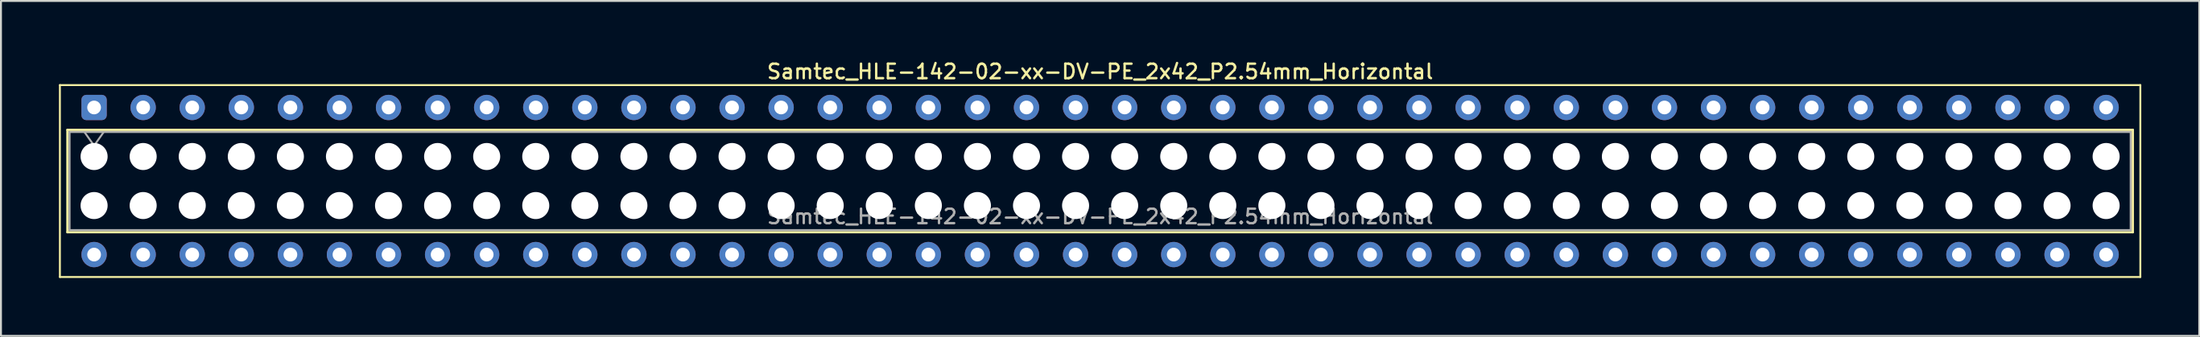
<source format=kicad_pcb>
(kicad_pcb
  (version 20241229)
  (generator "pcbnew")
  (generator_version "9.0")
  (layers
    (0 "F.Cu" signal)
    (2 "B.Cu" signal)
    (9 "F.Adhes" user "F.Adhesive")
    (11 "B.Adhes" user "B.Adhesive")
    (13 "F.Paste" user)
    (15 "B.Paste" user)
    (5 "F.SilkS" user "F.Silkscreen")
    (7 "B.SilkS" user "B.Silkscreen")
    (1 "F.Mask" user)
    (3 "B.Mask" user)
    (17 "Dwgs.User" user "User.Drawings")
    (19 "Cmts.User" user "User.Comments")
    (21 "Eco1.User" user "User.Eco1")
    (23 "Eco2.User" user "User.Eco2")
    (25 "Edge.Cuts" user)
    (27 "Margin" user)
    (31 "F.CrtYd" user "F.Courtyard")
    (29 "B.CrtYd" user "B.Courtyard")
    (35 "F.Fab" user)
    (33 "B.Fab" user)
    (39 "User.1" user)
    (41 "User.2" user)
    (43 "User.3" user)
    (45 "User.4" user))
  (footprint "Samtec_HLE-142-02-xx-DV-PE_2x42_P2.54mm_Horizontal"
    (layer "F.Cu")
    (at 1.82 2.518)
    (property "Reference" "Samtec_HLE-142-02-xx-DV-PE_2x42_P2.54mm_Horizontal" (at 52.07 -1.86 0) (layer "F.SilkS") (effects (font (size 0.75 0.75) (thickness 0.125))))
    (attr through_hole)
    (fp_line (start -1.77 -1.16) (end 105.91 -1.16) (stroke (width 0.1) (type solid)) (layer "F.SilkS"))
    (fp_line (start -1.77 8.78) (end -1.77 -1.16) (stroke (width 0.1) (type solid)) (layer "F.SilkS"))
    (fp_line (start -1.38 1.16) (end 105.52 1.16) (stroke (width 0.12) (type solid)) (layer "F.SilkS"))
    (fp_line (start -1.38 6.46) (end -1.38 1.16) (stroke (width 0.12) (type solid)) (layer "F.SilkS"))
    (fp_line (start 105.52 1.16) (end 105.52 6.46) (stroke (width 0.12) (type solid)) (layer "F.SilkS"))
    (fp_line (start 105.52 6.46) (end -1.38 6.46) (stroke (width 0.12) (type solid)) (layer "F.SilkS"))
    (fp_line (start 105.91 -1.16) (end 105.91 8.78) (stroke (width 0.1) (type solid)) (layer "F.SilkS"))
    (fp_line (start 105.91 8.78) (end -1.77 8.78) (stroke (width 0.1) (type solid)) (layer "F.SilkS"))
    (fp_line (start -1.27 1.27) (end 105.41 1.27) (stroke (width 0.1) (type solid)) (layer "F.Fab"))
    (fp_line (start -1.27 6.35) (end -1.27 1.27) (stroke (width 0.1) (type solid)) (layer "F.Fab"))
    (fp_line (start -0.5 1.27) (end 0 1.977) (stroke (width 0.1) (type solid)) (layer "F.Fab"))
    (fp_line (start 0 1.977) (end 0.5 1.27) (stroke (width 0.1) (type solid)) (layer "F.Fab"))
    (fp_line (start 105.41 1.27) (end 105.41 6.35) (stroke (width 0.1) (type solid)) (layer "F.Fab"))
    (fp_line (start 105.41 6.35) (end -1.27 6.35) (stroke (width 0.1) (type solid)) (layer "F.Fab"))
    (fp_text user "${REFERENCE}" (at 52.07 5.65 0) (layer "F.Fab") (effects (font (size 0.75 0.75) (thickness 0.125))))
    (pad "" np_thru_hole circle (at 0 2.54) (size 1.4 1.4) (drill 1.4) (layers "*.Cu" "*.Mask"))
    (pad "" np_thru_hole circle (at 0 5.08) (size 1.4 1.4) (drill 1.4) (layers "*.Cu" "*.Mask"))
    (pad "" np_thru_hole circle (at 2.54 2.54) (size 1.4 1.4) (drill 1.4) (layers "*.Cu" "*.Mask"))
    (pad "" np_thru_hole circle (at 2.54 5.08) (size 1.4 1.4) (drill 1.4) (layers "*.Cu" "*.Mask"))
    (pad "" np_thru_hole circle (at 5.08 2.54) (size 1.4 1.4) (drill 1.4) (layers "*.Cu" "*.Mask"))
    (pad "" np_thru_hole circle (at 5.08 5.08) (size 1.4 1.4) (drill 1.4) (layers "*.Cu" "*.Mask"))
    (pad "" np_thru_hole circle (at 7.62 2.54) (size 1.4 1.4) (drill 1.4) (layers "*.Cu" "*.Mask"))
    (pad "" np_thru_hole circle (at 7.62 5.08) (size 1.4 1.4) (drill 1.4) (layers "*.Cu" "*.Mask"))
    (pad "" np_thru_hole circle (at 10.16 2.54) (size 1.4 1.4) (drill 1.4) (layers "*.Cu" "*.Mask"))
    (pad "" np_thru_hole circle (at 10.16 5.08) (size 1.4 1.4) (drill 1.4) (layers "*.Cu" "*.Mask"))
    (pad "" np_thru_hole circle (at 12.7 2.54) (size 1.4 1.4) (drill 1.4) (layers "*.Cu" "*.Mask"))
    (pad "" np_thru_hole circle (at 12.7 5.08) (size 1.4 1.4) (drill 1.4) (layers "*.Cu" "*.Mask"))
    (pad "" np_thru_hole circle (at 15.24 2.54) (size 1.4 1.4) (drill 1.4) (layers "*.Cu" "*.Mask"))
    (pad "" np_thru_hole circle (at 15.24 5.08) (size 1.4 1.4) (drill 1.4) (layers "*.Cu" "*.Mask"))
    (pad "" np_thru_hole circle (at 17.78 2.54) (size 1.4 1.4) (drill 1.4) (layers "*.Cu" "*.Mask"))
    (pad "" np_thru_hole circle (at 17.78 5.08) (size 1.4 1.4) (drill 1.4) (layers "*.Cu" "*.Mask"))
    (pad "" np_thru_hole circle (at 20.32 2.54) (size 1.4 1.4) (drill 1.4) (layers "*.Cu" "*.Mask"))
    (pad "" np_thru_hole circle (at 20.32 5.08) (size 1.4 1.4) (drill 1.4) (layers "*.Cu" "*.Mask"))
    (pad "" np_thru_hole circle (at 22.86 2.54) (size 1.4 1.4) (drill 1.4) (layers "*.Cu" "*.Mask"))
    (pad "" np_thru_hole circle (at 22.86 5.08) (size 1.4 1.4) (drill 1.4) (layers "*.Cu" "*.Mask"))
    (pad "" np_thru_hole circle (at 25.4 2.54) (size 1.4 1.4) (drill 1.4) (layers "*.Cu" "*.Mask"))
    (pad "" np_thru_hole circle (at 25.4 5.08) (size 1.4 1.4) (drill 1.4) (layers "*.Cu" "*.Mask"))
    (pad "" np_thru_hole circle (at 27.94 2.54) (size 1.4 1.4) (drill 1.4) (layers "*.Cu" "*.Mask"))
    (pad "" np_thru_hole circle (at 27.94 5.08) (size 1.4 1.4) (drill 1.4) (layers "*.Cu" "*.Mask"))
    (pad "" np_thru_hole circle (at 30.48 2.54) (size 1.4 1.4) (drill 1.4) (layers "*.Cu" "*.Mask"))
    (pad "" np_thru_hole circle (at 30.48 5.08) (size 1.4 1.4) (drill 1.4) (layers "*.Cu" "*.Mask"))
    (pad "" np_thru_hole circle (at 33.02 2.54) (size 1.4 1.4) (drill 1.4) (layers "*.Cu" "*.Mask"))
    (pad "" np_thru_hole circle (at 33.02 5.08) (size 1.4 1.4) (drill 1.4) (layers "*.Cu" "*.Mask"))
    (pad "" np_thru_hole circle (at 35.56 2.54) (size 1.4 1.4) (drill 1.4) (layers "*.Cu" "*.Mask"))
    (pad "" np_thru_hole circle (at 35.56 5.08) (size 1.4 1.4) (drill 1.4) (layers "*.Cu" "*.Mask"))
    (pad "" np_thru_hole circle (at 38.1 2.54) (size 1.4 1.4) (drill 1.4) (layers "*.Cu" "*.Mask"))
    (pad "" np_thru_hole circle (at 38.1 5.08) (size 1.4 1.4) (drill 1.4) (layers "*.Cu" "*.Mask"))
    (pad "" np_thru_hole circle (at 40.64 2.54) (size 1.4 1.4) (drill 1.4) (layers "*.Cu" "*.Mask"))
    (pad "" np_thru_hole circle (at 40.64 5.08) (size 1.4 1.4) (drill 1.4) (layers "*.Cu" "*.Mask"))
    (pad "" np_thru_hole circle (at 43.18 2.54) (size 1.4 1.4) (drill 1.4) (layers "*.Cu" "*.Mask"))
    (pad "" np_thru_hole circle (at 43.18 5.08) (size 1.4 1.4) (drill 1.4) (layers "*.Cu" "*.Mask"))
    (pad "" np_thru_hole circle (at 45.72 2.54) (size 1.4 1.4) (drill 1.4) (layers "*.Cu" "*.Mask"))
    (pad "" np_thru_hole circle (at 45.72 5.08) (size 1.4 1.4) (drill 1.4) (layers "*.Cu" "*.Mask"))
    (pad "" np_thru_hole circle (at 48.26 2.54) (size 1.4 1.4) (drill 1.4) (layers "*.Cu" "*.Mask"))
    (pad "" np_thru_hole circle (at 48.26 5.08) (size 1.4 1.4) (drill 1.4) (layers "*.Cu" "*.Mask"))
    (pad "" np_thru_hole circle (at 50.8 2.54) (size 1.4 1.4) (drill 1.4) (layers "*.Cu" "*.Mask"))
    (pad "" np_thru_hole circle (at 50.8 5.08) (size 1.4 1.4) (drill 1.4) (layers "*.Cu" "*.Mask"))
    (pad "" np_thru_hole circle (at 53.34 2.54) (size 1.4 1.4) (drill 1.4) (layers "*.Cu" "*.Mask"))
    (pad "" np_thru_hole circle (at 53.34 5.08) (size 1.4 1.4) (drill 1.4) (layers "*.Cu" "*.Mask"))
    (pad "" np_thru_hole circle (at 55.88 2.54) (size 1.4 1.4) (drill 1.4) (layers "*.Cu" "*.Mask"))
    (pad "" np_thru_hole circle (at 55.88 5.08) (size 1.4 1.4) (drill 1.4) (layers "*.Cu" "*.Mask"))
    (pad "" np_thru_hole circle (at 58.42 2.54) (size 1.4 1.4) (drill 1.4) (layers "*.Cu" "*.Mask"))
    (pad "" np_thru_hole circle (at 58.42 5.08) (size 1.4 1.4) (drill 1.4) (layers "*.Cu" "*.Mask"))
    (pad "" np_thru_hole circle (at 60.96 2.54) (size 1.4 1.4) (drill 1.4) (layers "*.Cu" "*.Mask"))
    (pad "" np_thru_hole circle (at 60.96 5.08) (size 1.4 1.4) (drill 1.4) (layers "*.Cu" "*.Mask"))
    (pad "" np_thru_hole circle (at 63.5 2.54) (size 1.4 1.4) (drill 1.4) (layers "*.Cu" "*.Mask"))
    (pad "" np_thru_hole circle (at 63.5 5.08) (size 1.4 1.4) (drill 1.4) (layers "*.Cu" "*.Mask"))
    (pad "" np_thru_hole circle (at 66.04 2.54) (size 1.4 1.4) (drill 1.4) (layers "*.Cu" "*.Mask"))
    (pad "" np_thru_hole circle (at 66.04 5.08) (size 1.4 1.4) (drill 1.4) (layers "*.Cu" "*.Mask"))
    (pad "" np_thru_hole circle (at 68.58 2.54) (size 1.4 1.4) (drill 1.4) (layers "*.Cu" "*.Mask"))
    (pad "" np_thru_hole circle (at 68.58 5.08) (size 1.4 1.4) (drill 1.4) (layers "*.Cu" "*.Mask"))
    (pad "" np_thru_hole circle (at 71.12 2.54) (size 1.4 1.4) (drill 1.4) (layers "*.Cu" "*.Mask"))
    (pad "" np_thru_hole circle (at 71.12 5.08) (size 1.4 1.4) (drill 1.4) (layers "*.Cu" "*.Mask"))
    (pad "" np_thru_hole circle (at 73.66 2.54) (size 1.4 1.4) (drill 1.4) (layers "*.Cu" "*.Mask"))
    (pad "" np_thru_hole circle (at 73.66 5.08) (size 1.4 1.4) (drill 1.4) (layers "*.Cu" "*.Mask"))
    (pad "" np_thru_hole circle (at 76.2 2.54) (size 1.4 1.4) (drill 1.4) (layers "*.Cu" "*.Mask"))
    (pad "" np_thru_hole circle (at 76.2 5.08) (size 1.4 1.4) (drill 1.4) (layers "*.Cu" "*.Mask"))
    (pad "" np_thru_hole circle (at 78.74 2.54) (size 1.4 1.4) (drill 1.4) (layers "*.Cu" "*.Mask"))
    (pad "" np_thru_hole circle (at 78.74 5.08) (size 1.4 1.4) (drill 1.4) (layers "*.Cu" "*.Mask"))
    (pad "" np_thru_hole circle (at 81.28 2.54) (size 1.4 1.4) (drill 1.4) (layers "*.Cu" "*.Mask"))
    (pad "" np_thru_hole circle (at 81.28 5.08) (size 1.4 1.4) (drill 1.4) (layers "*.Cu" "*.Mask"))
    (pad "" np_thru_hole circle (at 83.82 2.54) (size 1.4 1.4) (drill 1.4) (layers "*.Cu" "*.Mask"))
    (pad "" np_thru_hole circle (at 83.82 5.08) (size 1.4 1.4) (drill 1.4) (layers "*.Cu" "*.Mask"))
    (pad "" np_thru_hole circle (at 86.36 2.54) (size 1.4 1.4) (drill 1.4) (layers "*.Cu" "*.Mask"))
    (pad "" np_thru_hole circle (at 86.36 5.08) (size 1.4 1.4) (drill 1.4) (layers "*.Cu" "*.Mask"))
    (pad "" np_thru_hole circle (at 88.9 2.54) (size 1.4 1.4) (drill 1.4) (layers "*.Cu" "*.Mask"))
    (pad "" np_thru_hole circle (at 88.9 5.08) (size 1.4 1.4) (drill 1.4) (layers "*.Cu" "*.Mask"))
    (pad "" np_thru_hole circle (at 91.44 2.54) (size 1.4 1.4) (drill 1.4) (layers "*.Cu" "*.Mask"))
    (pad "" np_thru_hole circle (at 91.44 5.08) (size 1.4 1.4) (drill 1.4) (layers "*.Cu" "*.Mask"))
    (pad "" np_thru_hole circle (at 93.98 2.54) (size 1.4 1.4) (drill 1.4) (layers "*.Cu" "*.Mask"))
    (pad "" np_thru_hole circle (at 93.98 5.08) (size 1.4 1.4) (drill 1.4) (layers "*.Cu" "*.Mask"))
    (pad "" np_thru_hole circle (at 96.52 2.54) (size 1.4 1.4) (drill 1.4) (layers "*.Cu" "*.Mask"))
    (pad "" np_thru_hole circle (at 96.52 5.08) (size 1.4 1.4) (drill 1.4) (layers "*.Cu" "*.Mask"))
    (pad "" np_thru_hole circle (at 99.06 2.54) (size 1.4 1.4) (drill 1.4) (layers "*.Cu" "*.Mask"))
    (pad "" np_thru_hole circle (at 99.06 5.08) (size 1.4 1.4) (drill 1.4) (layers "*.Cu" "*.Mask"))
    (pad "" np_thru_hole circle (at 101.6 2.54) (size 1.4 1.4) (drill 1.4) (layers "*.Cu" "*.Mask"))
    (pad "" np_thru_hole circle (at 101.6 5.08) (size 1.4 1.4) (drill 1.4) (layers "*.Cu" "*.Mask"))
    (pad "" np_thru_hole circle (at 104.14 2.54) (size 1.4 1.4) (drill 1.4) (layers "*.Cu" "*.Mask"))
    (pad "" np_thru_hole circle (at 104.14 5.08) (size 1.4 1.4) (drill 1.4) (layers "*.Cu" "*.Mask"))
    (pad "1" thru_hole roundrect (at 0 0) (size 1.31 1.31) (drill 0.71) (layers "*.Cu" "*.Mask") (roundrect_rratio 0.191))
    (pad "2" thru_hole circle (at 0 7.62) (size 1.31 1.31) (drill 0.71) (layers "*.Cu" "*.Mask"))
    (pad "3" thru_hole circle (at 2.54 0) (size 1.31 1.31) (drill 0.71) (layers "*.Cu" "*.Mask"))
    (pad "4" thru_hole circle (at 2.54 7.62) (size 1.31 1.31) (drill 0.71) (layers "*.Cu" "*.Mask"))
    (pad "5" thru_hole circle (at 5.08 0) (size 1.31 1.31) (drill 0.71) (layers "*.Cu" "*.Mask"))
    (pad "6" thru_hole circle (at 5.08 7.62) (size 1.31 1.31) (drill 0.71) (layers "*.Cu" "*.Mask"))
    (pad "7" thru_hole circle (at 7.62 0) (size 1.31 1.31) (drill 0.71) (layers "*.Cu" "*.Mask"))
    (pad "8" thru_hole circle (at 7.62 7.62) (size 1.31 1.31) (drill 0.71) (layers "*.Cu" "*.Mask"))
    (pad "9" thru_hole circle (at 10.16 0) (size 1.31 1.31) (drill 0.71) (layers "*.Cu" "*.Mask"))
    (pad "10" thru_hole circle (at 10.16 7.62) (size 1.31 1.31) (drill 0.71) (layers "*.Cu" "*.Mask"))
    (pad "11" thru_hole circle (at 12.7 0) (size 1.31 1.31) (drill 0.71) (layers "*.Cu" "*.Mask"))
    (pad "12" thru_hole circle (at 12.7 7.62) (size 1.31 1.31) (drill 0.71) (layers "*.Cu" "*.Mask"))
    (pad "13" thru_hole circle (at 15.24 0) (size 1.31 1.31) (drill 0.71) (layers "*.Cu" "*.Mask"))
    (pad "14" thru_hole circle (at 15.24 7.62) (size 1.31 1.31) (drill 0.71) (layers "*.Cu" "*.Mask"))
    (pad "15" thru_hole circle (at 17.78 0) (size 1.31 1.31) (drill 0.71) (layers "*.Cu" "*.Mask"))
    (pad "16" thru_hole circle (at 17.78 7.62) (size 1.31 1.31) (drill 0.71) (layers "*.Cu" "*.Mask"))
    (pad "17" thru_hole circle (at 20.32 0) (size 1.31 1.31) (drill 0.71) (layers "*.Cu" "*.Mask"))
    (pad "18" thru_hole circle (at 20.32 7.62) (size 1.31 1.31) (drill 0.71) (layers "*.Cu" "*.Mask"))
    (pad "19" thru_hole circle (at 22.86 0) (size 1.31 1.31) (drill 0.71) (layers "*.Cu" "*.Mask"))
    (pad "20" thru_hole circle (at 22.86 7.62) (size 1.31 1.31) (drill 0.71) (layers "*.Cu" "*.Mask"))
    (pad "21" thru_hole circle (at 25.4 0) (size 1.31 1.31) (drill 0.71) (layers "*.Cu" "*.Mask"))
    (pad "22" thru_hole circle (at 25.4 7.62) (size 1.31 1.31) (drill 0.71) (layers "*.Cu" "*.Mask"))
    (pad "23" thru_hole circle (at 27.94 0) (size 1.31 1.31) (drill 0.71) (layers "*.Cu" "*.Mask"))
    (pad "24" thru_hole circle (at 27.94 7.62) (size 1.31 1.31) (drill 0.71) (layers "*.Cu" "*.Mask"))
    (pad "25" thru_hole circle (at 30.48 0) (size 1.31 1.31) (drill 0.71) (layers "*.Cu" "*.Mask"))
    (pad "26" thru_hole circle (at 30.48 7.62) (size 1.31 1.31) (drill 0.71) (layers "*.Cu" "*.Mask"))
    (pad "27" thru_hole circle (at 33.02 0) (size 1.31 1.31) (drill 0.71) (layers "*.Cu" "*.Mask"))
    (pad "28" thru_hole circle (at 33.02 7.62) (size 1.31 1.31) (drill 0.71) (layers "*.Cu" "*.Mask"))
    (pad "29" thru_hole circle (at 35.56 0) (size 1.31 1.31) (drill 0.71) (layers "*.Cu" "*.Mask"))
    (pad "30" thru_hole circle (at 35.56 7.62) (size 1.31 1.31) (drill 0.71) (layers "*.Cu" "*.Mask"))
    (pad "31" thru_hole circle (at 38.1 0) (size 1.31 1.31) (drill 0.71) (layers "*.Cu" "*.Mask"))
    (pad "32" thru_hole circle (at 38.1 7.62) (size 1.31 1.31) (drill 0.71) (layers "*.Cu" "*.Mask"))
    (pad "33" thru_hole circle (at 40.64 0) (size 1.31 1.31) (drill 0.71) (layers "*.Cu" "*.Mask"))
    (pad "34" thru_hole circle (at 40.64 7.62) (size 1.31 1.31) (drill 0.71) (layers "*.Cu" "*.Mask"))
    (pad "35" thru_hole circle (at 43.18 0) (size 1.31 1.31) (drill 0.71) (layers "*.Cu" "*.Mask"))
    (pad "36" thru_hole circle (at 43.18 7.62) (size 1.31 1.31) (drill 0.71) (layers "*.Cu" "*.Mask"))
    (pad "37" thru_hole circle (at 45.72 0) (size 1.31 1.31) (drill 0.71) (layers "*.Cu" "*.Mask"))
    (pad "38" thru_hole circle (at 45.72 7.62) (size 1.31 1.31) (drill 0.71) (layers "*.Cu" "*.Mask"))
    (pad "39" thru_hole circle (at 48.26 0) (size 1.31 1.31) (drill 0.71) (layers "*.Cu" "*.Mask"))
    (pad "40" thru_hole circle (at 48.26 7.62) (size 1.31 1.31) (drill 0.71) (layers "*.Cu" "*.Mask"))
    (pad "41" thru_hole circle (at 50.8 0) (size 1.31 1.31) (drill 0.71) (layers "*.Cu" "*.Mask"))
    (pad "42" thru_hole circle (at 50.8 7.62) (size 1.31 1.31) (drill 0.71) (layers "*.Cu" "*.Mask"))
    (pad "43" thru_hole circle (at 53.34 0) (size 1.31 1.31) (drill 0.71) (layers "*.Cu" "*.Mask"))
    (pad "44" thru_hole circle (at 53.34 7.62) (size 1.31 1.31) (drill 0.71) (layers "*.Cu" "*.Mask"))
    (pad "45" thru_hole circle (at 55.88 0) (size 1.31 1.31) (drill 0.71) (layers "*.Cu" "*.Mask"))
    (pad "46" thru_hole circle (at 55.88 7.62) (size 1.31 1.31) (drill 0.71) (layers "*.Cu" "*.Mask"))
    (pad "47" thru_hole circle (at 58.42 0) (size 1.31 1.31) (drill 0.71) (layers "*.Cu" "*.Mask"))
    (pad "48" thru_hole circle (at 58.42 7.62) (size 1.31 1.31) (drill 0.71) (layers "*.Cu" "*.Mask"))
    (pad "49" thru_hole circle (at 60.96 0) (size 1.31 1.31) (drill 0.71) (layers "*.Cu" "*.Mask"))
    (pad "50" thru_hole circle (at 60.96 7.62) (size 1.31 1.31) (drill 0.71) (layers "*.Cu" "*.Mask"))
    (pad "51" thru_hole circle (at 63.5 0) (size 1.31 1.31) (drill 0.71) (layers "*.Cu" "*.Mask"))
    (pad "52" thru_hole circle (at 63.5 7.62) (size 1.31 1.31) (drill 0.71) (layers "*.Cu" "*.Mask"))
    (pad "53" thru_hole circle (at 66.04 0) (size 1.31 1.31) (drill 0.71) (layers "*.Cu" "*.Mask"))
    (pad "54" thru_hole circle (at 66.04 7.62) (size 1.31 1.31) (drill 0.71) (layers "*.Cu" "*.Mask"))
    (pad "55" thru_hole circle (at 68.58 0) (size 1.31 1.31) (drill 0.71) (layers "*.Cu" "*.Mask"))
    (pad "56" thru_hole circle (at 68.58 7.62) (size 1.31 1.31) (drill 0.71) (layers "*.Cu" "*.Mask"))
    (pad "57" thru_hole circle (at 71.12 0) (size 1.31 1.31) (drill 0.71) (layers "*.Cu" "*.Mask"))
    (pad "58" thru_hole circle (at 71.12 7.62) (size 1.31 1.31) (drill 0.71) (layers "*.Cu" "*.Mask"))
    (pad "59" thru_hole circle (at 73.66 0) (size 1.31 1.31) (drill 0.71) (layers "*.Cu" "*.Mask"))
    (pad "60" thru_hole circle (at 73.66 7.62) (size 1.31 1.31) (drill 0.71) (layers "*.Cu" "*.Mask"))
    (pad "61" thru_hole circle (at 76.2 0) (size 1.31 1.31) (drill 0.71) (layers "*.Cu" "*.Mask"))
    (pad "62" thru_hole circle (at 76.2 7.62) (size 1.31 1.31) (drill 0.71) (layers "*.Cu" "*.Mask"))
    (pad "63" thru_hole circle (at 78.74 0) (size 1.31 1.31) (drill 0.71) (layers "*.Cu" "*.Mask"))
    (pad "64" thru_hole circle (at 78.74 7.62) (size 1.31 1.31) (drill 0.71) (layers "*.Cu" "*.Mask"))
    (pad "65" thru_hole circle (at 81.28 0) (size 1.31 1.31) (drill 0.71) (layers "*.Cu" "*.Mask"))
    (pad "66" thru_hole circle (at 81.28 7.62) (size 1.31 1.31) (drill 0.71) (layers "*.Cu" "*.Mask"))
    (pad "67" thru_hole circle (at 83.82 0) (size 1.31 1.31) (drill 0.71) (layers "*.Cu" "*.Mask"))
    (pad "68" thru_hole circle (at 83.82 7.62) (size 1.31 1.31) (drill 0.71) (layers "*.Cu" "*.Mask"))
    (pad "69" thru_hole circle (at 86.36 0) (size 1.31 1.31) (drill 0.71) (layers "*.Cu" "*.Mask"))
    (pad "70" thru_hole circle (at 86.36 7.62) (size 1.31 1.31) (drill 0.71) (layers "*.Cu" "*.Mask"))
    (pad "71" thru_hole circle (at 88.9 0) (size 1.31 1.31) (drill 0.71) (layers "*.Cu" "*.Mask"))
    (pad "72" thru_hole circle (at 88.9 7.62) (size 1.31 1.31) (drill 0.71) (layers "*.Cu" "*.Mask"))
    (pad "73" thru_hole circle (at 91.44 0) (size 1.31 1.31) (drill 0.71) (layers "*.Cu" "*.Mask"))
    (pad "74" thru_hole circle (at 91.44 7.62) (size 1.31 1.31) (drill 0.71) (layers "*.Cu" "*.Mask"))
    (pad "75" thru_hole circle (at 93.98 0) (size 1.31 1.31) (drill 0.71) (layers "*.Cu" "*.Mask"))
    (pad "76" thru_hole circle (at 93.98 7.62) (size 1.31 1.31) (drill 0.71) (layers "*.Cu" "*.Mask"))
    (pad "77" thru_hole circle (at 96.52 0) (size 1.31 1.31) (drill 0.71) (layers "*.Cu" "*.Mask"))
    (pad "78" thru_hole circle (at 96.52 7.62) (size 1.31 1.31) (drill 0.71) (layers "*.Cu" "*.Mask"))
    (pad "79" thru_hole circle (at 99.06 0) (size 1.31 1.31) (drill 0.71) (layers "*.Cu" "*.Mask"))
    (pad "80" thru_hole circle (at 99.06 7.62) (size 1.31 1.31) (drill 0.71) (layers "*.Cu" "*.Mask"))
    (pad "81" thru_hole circle (at 101.6 0) (size 1.31 1.31) (drill 0.71) (layers "*.Cu" "*.Mask"))
    (pad "82" thru_hole circle (at 101.6 7.62) (size 1.31 1.31) (drill 0.71) (layers "*.Cu" "*.Mask"))
    (pad "83" thru_hole circle (at 104.14 0) (size 1.31 1.31) (drill 0.71) (layers "*.Cu" "*.Mask"))
    (pad "84" thru_hole circle (at 104.14 7.62) (size 1.31 1.31) (drill 0.71) (layers "*.Cu" "*.Mask")))
  (gr_rect
    (start -3 -3)
    (end 110.78 14.348)
    (stroke (width 0.1) (type default))
    (fill no)
    (layer "Edge.Cuts")))
</source>
